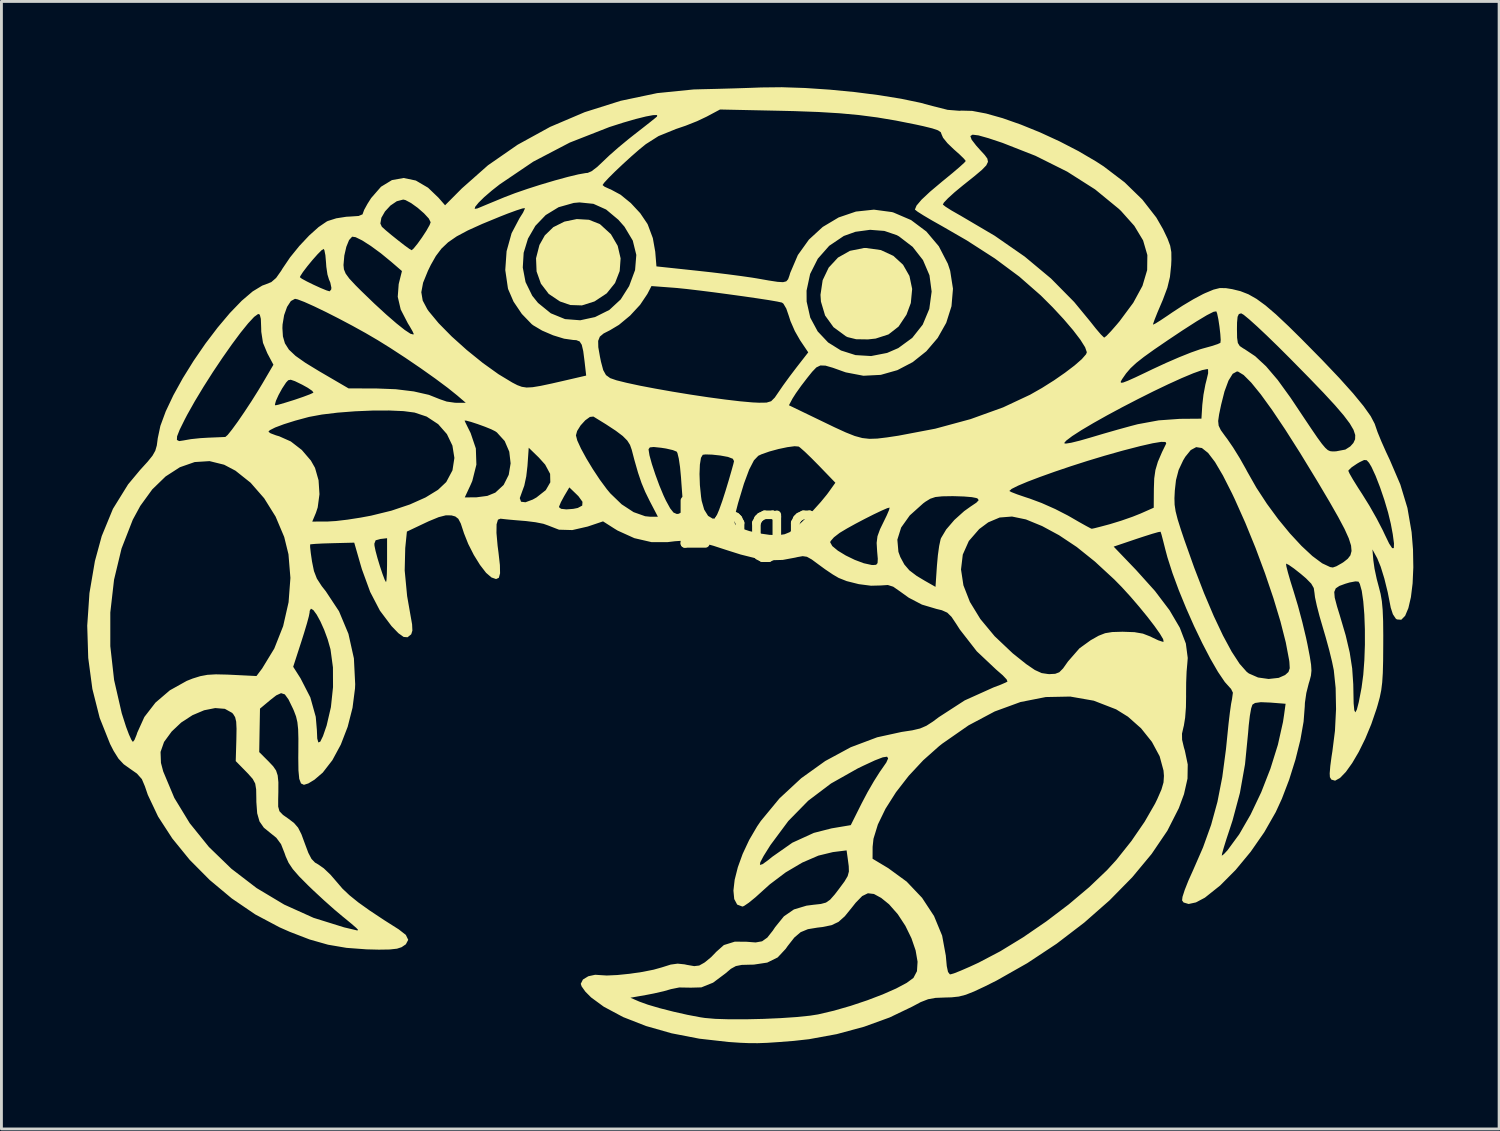
<source format=kicad_pcb>
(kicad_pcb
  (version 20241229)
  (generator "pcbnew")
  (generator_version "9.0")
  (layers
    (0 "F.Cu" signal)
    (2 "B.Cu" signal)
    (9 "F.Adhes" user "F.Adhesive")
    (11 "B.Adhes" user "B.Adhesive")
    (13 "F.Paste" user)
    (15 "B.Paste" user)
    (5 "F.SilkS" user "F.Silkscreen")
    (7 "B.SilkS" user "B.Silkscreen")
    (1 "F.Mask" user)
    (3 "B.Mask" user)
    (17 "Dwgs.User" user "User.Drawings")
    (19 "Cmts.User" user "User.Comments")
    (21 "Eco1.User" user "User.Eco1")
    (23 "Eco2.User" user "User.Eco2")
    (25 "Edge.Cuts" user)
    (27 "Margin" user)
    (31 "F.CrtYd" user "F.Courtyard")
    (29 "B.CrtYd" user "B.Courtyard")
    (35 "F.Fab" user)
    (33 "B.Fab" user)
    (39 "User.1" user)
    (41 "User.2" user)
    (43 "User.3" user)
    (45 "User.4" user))
  (footprint "Logo"
    (layer "F.Cu")
    (at 23.185 15.273)
    (property "Reference" "Logo" (at 0 0 0) (layer "F.SilkS") (effects (font (size 1.5 1.5) (thickness 0.3))))
    (attr board_only exclude_from_pos_files exclude_from_bom)
    (fp_poly (pts (xy -5.64 -10.638) (xy -5.267 -10.49) (xy -5.248 -10.477) (xy -4.873 -10.134) (xy -4.636 -9.727) (xy -4.534 -9.288) (xy -4.566 -8.845) (xy -4.728 -8.428) (xy -5.019 -8.066) (xy -5.437 -7.789) (xy -5.457 -7.779) (xy -5.886 -7.644) (xy -6.292 -7.657) (xy -6.653 -7.781) (xy -7.045 -8.043) (xy -7.321 -8.404) (xy -7.472 -8.83) (xy -7.491 -9.292) (xy -7.372 -9.757) (xy -7.184 -10.092) (xy -6.886 -10.381) (xy -6.498 -10.574) (xy -6.066 -10.663)) (stroke (width 0) (type solid)) (fill yes) (layer "F.SilkS"))
    (fp_poly (pts (xy 4.566 -9.579) (xy 5.004 -9.376) (xy 5.342 -9.066) (xy 5.566 -8.673) (xy 5.661 -8.219) (xy 5.614 -7.727) (xy 5.462 -7.319) (xy 5.185 -6.903) (xy 4.833 -6.629) (xy 4.384 -6.484) (xy 4.117 -6.455) (xy 3.702 -6.461) (xy 3.402 -6.535) (xy 3.345 -6.563) (xy 2.91 -6.883) (xy 2.616 -7.291) (xy 2.471 -7.777) (xy 2.455 -8.013) (xy 2.531 -8.524) (xy 2.742 -8.966) (xy 3.067 -9.316) (xy 3.484 -9.552) (xy 3.971 -9.65) (xy 4.042 -9.652)) (stroke (width 0) (type solid)) (fill yes) (layer "F.SilkS"))
    (fp_poly (pts (xy 1.92 -15.246) (xy 2.781 -15.188) (xy 3.653 -15.104) (xy 4.497 -14.996) (xy 5.276 -14.87) (xy 5.952 -14.729) (xy 6.368 -14.616) (xy 6.901 -14.482) (xy 7.314 -14.449) (xy 7.389 -14.455) (xy 7.761 -14.445) (xy 8.248 -14.353) (xy 8.824 -14.191) (xy 9.461 -13.967) (xy 10.133 -13.694) (xy 10.813 -13.381) (xy 11.475 -13.039) (xy 12.09 -12.678) (xy 12.357 -12.505) (xy 13.089 -11.948) (xy 13.71 -11.344) (xy 14.198 -10.717) (xy 14.433 -10.309) (xy 14.591 -9.978) (xy 14.683 -9.732) (xy 14.723 -9.507) (xy 14.726 -9.24) (xy 14.717 -9.045) (xy 14.675 -8.64) (xy 14.584 -8.261) (xy 14.424 -7.833) (xy 14.371 -7.709) (xy 14.237 -7.395) (xy 14.138 -7.146) (xy 14.086 -6.997) (xy 14.083 -6.971) (xy 14.158 -7.005) (xy 14.339 -7.117) (xy 14.595 -7.288) (xy 14.754 -7.397) (xy 15.115 -7.633) (xy 15.497 -7.861) (xy 15.831 -8.039) (xy 15.902 -8.072) (xy 16.196 -8.195) (xy 16.414 -8.25) (xy 16.629 -8.248) (xy 16.853 -8.212) (xy 17.142 -8.141) (xy 17.418 -8.033) (xy 17.702 -7.872) (xy 18.016 -7.643) (xy 18.381 -7.331) (xy 18.818 -6.92) (xy 19.258 -6.486) (xy 19.989 -5.745) (xy 20.595 -5.107) (xy 21.078 -4.569) (xy 21.443 -4.125) (xy 21.694 -3.772) (xy 21.835 -3.503) (xy 21.856 -3.441) (xy 21.933 -3.217) (xy 22.066 -2.892) (xy 22.234 -2.514) (xy 22.361 -2.244) (xy 22.73 -1.383) (xy 22.979 -0.561) (xy 23.125 0.285) (xy 23.174 0.889) (xy 23.185 1.515) (xy 23.16 2.077) (xy 23.101 2.558) (xy 23.012 2.941) (xy 22.899 3.21) (xy 22.764 3.348) (xy 22.613 3.337) (xy 22.571 3.308) (xy 22.47 3.155) (xy 22.395 2.924) (xy 22.389 2.891) (xy 22.29 2.386) (xy 22.171 1.904) (xy 22.044 1.493) (xy 21.924 1.2) (xy 21.916 1.185) (xy 21.755 0.889) (xy 21.787 1.27) (xy 21.828 1.56) (xy 21.905 1.922) (xy 21.979 2.201) (xy 22.041 2.443) (xy 22.085 2.699) (xy 22.113 3.003) (xy 22.129 3.391) (xy 22.134 3.894) (xy 22.133 4.233) (xy 22.129 4.788) (xy 22.118 5.211) (xy 22.097 5.54) (xy 22.063 5.812) (xy 22.011 6.065) (xy 21.937 6.335) (xy 21.9 6.459) (xy 21.715 7) (xy 21.504 7.508) (xy 21.278 7.967) (xy 21.048 8.359) (xy 20.826 8.669) (xy 20.622 8.88) (xy 20.45 8.975) (xy 20.319 8.937) (xy 20.268 8.852) (xy 20.261 8.719) (xy 20.282 8.463) (xy 20.326 8.13) (xy 20.355 7.948) (xy 20.445 7.232) (xy 20.483 6.472) (xy 20.469 5.736) (xy 20.404 5.111) (xy 20.343 4.814) (xy 20.245 4.413) (xy 20.123 3.967) (xy 20.024 3.63) (xy 19.906 3.225) (xy 19.81 2.854) (xy 19.747 2.562) (xy 19.728 2.402) (xy 19.724 2.377) (xy 20.42 2.377) (xy 20.437 2.576) (xy 20.517 2.881) (xy 20.613 3.192) (xy 20.82 3.894) (xy 20.961 4.495) (xy 21.047 5.048) (xy 21.085 5.604) (xy 21.09 5.865) (xy 21.098 6.272) (xy 21.121 6.513) (xy 21.158 6.586) (xy 21.21 6.491) (xy 21.278 6.229) (xy 21.361 5.798) (xy 21.376 5.716) (xy 21.435 5.272) (xy 21.473 4.763) (xy 21.492 4.222) (xy 21.491 3.678) (xy 21.472 3.162) (xy 21.435 2.705) (xy 21.382 2.337) (xy 21.313 2.091) (xy 21.268 2.015) (xy 21.16 2.006) (xy 20.951 2.046) (xy 20.807 2.089) (xy 20.6 2.165) (xy 20.473 2.25) (xy 20.42 2.377) (xy 19.724 2.377) (xy 19.704 2.239) (xy 19.615 2.085) (xy 19.432 1.899) (xy 19.25 1.744) (xy 19.014 1.558) (xy 18.832 1.431) (xy 18.739 1.386) (xy 18.735 1.388) (xy 18.745 1.478) (xy 18.8 1.695) (xy 18.89 2.007) (xy 19.001 2.362) (xy 19.152 2.864) (xy 19.304 3.432) (xy 19.434 3.977) (xy 19.486 4.222) (xy 19.565 4.632) (xy 19.61 4.919) (xy 19.623 5.128) (xy 19.605 5.3) (xy 19.558 5.48) (xy 19.529 5.573) (xy 19.444 5.908) (xy 19.394 6.254) (xy 19.389 6.378) (xy 19.348 6.911) (xy 19.236 7.546) (xy 19.064 8.237) (xy 18.844 8.939) (xy 18.589 9.607) (xy 18.374 10.075) (xy 17.974 10.776) (xy 17.497 11.462) (xy 16.972 12.096) (xy 16.43 12.641) (xy 15.902 13.062) (xy 15.884 13.073) (xy 15.583 13.232) (xy 15.328 13.287) (xy 15.151 13.234) (xy 15.099 13.161) (xy 15.114 13.036) (xy 15.192 12.794) (xy 15.32 12.471) (xy 15.476 12.124) (xy 15.705 11.599) (xy 16.487 11.599) (xy 16.488 11.599) (xy 16.563 11.542) (xy 16.687 11.409) (xy 17.099 10.847) (xy 17.497 10.157) (xy 17.867 9.379) (xy 18.189 8.554) (xy 18.449 7.721) (xy 18.628 6.923) (xy 18.665 6.678) (xy 18.719 6.286) (xy 18.186 6.244) (xy 17.852 6.23) (xy 17.651 6.258) (xy 17.559 6.317) (xy 17.515 6.447) (xy 17.469 6.705) (xy 17.429 7.047) (xy 17.408 7.302) (xy 17.3 8.401) (xy 17.122 9.402) (xy 16.864 10.365) (xy 16.772 10.647) (xy 16.65 11.016) (xy 16.556 11.318) (xy 16.499 11.523) (xy 16.487 11.599) (xy 15.705 11.599) (xy 15.832 11.308) (xy 16.115 10.52) (xy 16.336 9.714) (xy 16.505 8.847) (xy 16.634 7.875) (xy 16.681 7.408) (xy 16.724 6.983) (xy 16.77 6.595) (xy 16.813 6.289) (xy 16.846 6.121) (xy 16.876 5.898) (xy 16.809 5.761) (xy 16.791 5.745) (xy 16.594 5.525) (xy 16.355 5.172) (xy 16.088 4.71) (xy 15.806 4.168) (xy 15.519 3.571) (xy 15.242 2.945) (xy 14.985 2.318) (xy 14.763 1.716) (xy 14.587 1.166) (xy 14.513 0.889) (xy 14.439 0.596) (xy 14.381 0.375) (xy 14.348 0.272) (xy 14.347 0.27) (xy 14.263 0.284) (xy 14.055 0.343) (xy 13.756 0.438) (xy 13.516 0.517) (xy 12.707 0.791) (xy 13.489 1.606) (xy 14.151 2.342) (xy 14.66 3.014) (xy 15.019 3.625) (xy 15.231 4.18) (xy 15.297 4.684) (xy 15.283 4.868) (xy 15.257 5.16) (xy 15.242 5.545) (xy 15.239 5.95) (xy 15.24 6.022) (xy 15.234 6.407) (xy 15.206 6.774) (xy 15.161 7.053) (xy 15.149 7.098) (xy 15.096 7.332) (xy 15.1 7.546) (xy 15.164 7.818) (xy 15.196 7.923) (xy 15.297 8.408) (xy 15.289 8.903) (xy 15.166 9.447) (xy 14.985 9.937) (xy 14.584 10.726) (xy 14.035 11.536) (xy 13.356 12.353) (xy 12.564 13.159) (xy 11.677 13.939) (xy 10.712 14.677) (xy 9.686 15.356) (xy 8.617 15.962) (xy 8.214 16.164) (xy 7.828 16.345) (xy 7.538 16.46) (xy 7.293 16.524) (xy 7.039 16.551) (xy 6.817 16.557) (xy 6.479 16.57) (xy 6.219 16.617) (xy 5.96 16.718) (xy 5.659 16.878) (xy 4.876 17.254) (xy 3.98 17.579) (xy 3.022 17.838) (xy 2.055 18.015) (xy 1.524 18.074) (xy 0.998 18.115) (xy 0.594 18.142) (xy 0.266 18.154) (xy -0.033 18.153) (xy -0.35 18.14) (xy -0.73 18.114) (xy -0.762 18.112) (xy -1.78 17.997) (xy -2.75 17.809) (xy -3.646 17.554) (xy -4.446 17.241) (xy -5.124 16.878) (xy -5.551 16.565) (xy -4.191 16.565) (xy -3.88 16.7) (xy -3.581 16.808) (xy -3.167 16.93) (xy -2.688 17.052) (xy -2.196 17.163) (xy -1.743 17.249) (xy -1.59 17.272) (xy -1.224 17.304) (xy -0.732 17.319) (xy -0.158 17.319) (xy 0.454 17.305) (xy 1.062 17.278) (xy 1.622 17.24) (xy 2.092 17.192) (xy 2.371 17.148) (xy 2.929 17.017) (xy 3.514 16.848) (xy 4.091 16.655) (xy 4.631 16.449) (xy 5.101 16.242) (xy 5.469 16.046) (xy 5.704 15.874) (xy 5.705 15.873) (xy 5.829 15.637) (xy 5.85 15.306) (xy 5.782 14.911) (xy 5.635 14.483) (xy 5.424 14.051) (xy 5.159 13.646) (xy 4.853 13.298) (xy 4.578 13.075) (xy 4.324 12.937) (xy 4.114 12.912) (xy 3.913 13.01) (xy 3.686 13.243) (xy 3.558 13.405) (xy 3.306 13.716) (xy 3.085 13.913) (xy 2.841 14.028) (xy 2.521 14.093) (xy 2.349 14.113) (xy 2.015 14.168) (xy 1.761 14.273) (xy 1.54 14.461) (xy 1.304 14.762) (xy 1.24 14.854) (xy 0.958 15.156) (xy 0.594 15.336) (xy 0.123 15.407) (xy 0.01 15.409) (xy -0.298 15.417) (xy -0.504 15.458) (xy -0.677 15.553) (xy -0.867 15.714) (xy -1.3 16.038) (xy -1.71 16.203) (xy -2.113 16.214) (xy -2.126 16.212) (xy -2.483 16.206) (xy -2.771 16.264) (xy -3.03 16.338) (xy -3.372 16.416) (xy -3.641 16.468) (xy -4.191 16.565) (xy -5.551 16.565) (xy -5.567 16.553) (xy -5.766 16.353) (xy -5.897 16.169) (xy -5.927 16.078) (xy -5.852 15.929) (xy -5.664 15.814) (xy -5.422 15.762) (xy -5.275 15.772) (xy -5.017 15.788) (xy -4.647 15.771) (xy -4.216 15.727) (xy -3.776 15.663) (xy -3.379 15.584) (xy -3.1 15.506) (xy -2.782 15.406) (xy -2.54 15.373) (xy -2.297 15.398) (xy -2.216 15.416) (xy -1.96 15.46) (xy -1.785 15.439) (xy -1.61 15.341) (xy -1.571 15.313) (xy -1.367 15.144) (xy -1.212 14.984) (xy -1.201 14.97) (xy -0.923 14.723) (xy -0.54 14.604) (xy -0.129 14.608) (xy 0.187 14.632) (xy 0.412 14.592) (xy 0.596 14.462) (xy 0.789 14.217) (xy 0.87 14.096) (xy 1.176 13.719) (xy 1.526 13.478) (xy 1.965 13.346) (xy 2.205 13.315) (xy 2.469 13.286) (xy 2.647 13.238) (xy 2.791 13.138) (xy 2.951 12.957) (xy 3.1 12.763) (xy 3.296 12.498) (xy 3.406 12.312) (xy 3.449 12.151) (xy 3.443 11.964) (xy 3.426 11.835) (xy 3.409 11.705) (xy 4.276 11.705) (xy 4.826 12.035) (xy 5.468 12.504) (xy 6.007 13.071) (xy 6.426 13.709) (xy 6.709 14.394) (xy 6.839 15.101) (xy 6.839 15.113) (xy 6.871 15.46) (xy 6.914 15.662) (xy 6.976 15.744) (xy 7 15.748) (xy 7.122 15.713) (xy 7.359 15.619) (xy 7.676 15.481) (xy 7.984 15.339) (xy 8.741 14.941) (xy 9.543 14.451) (xy 10.353 13.895) (xy 11.136 13.301) (xy 11.855 12.695) (xy 12.474 12.104) (xy 12.8 11.748) (xy 13.326 11.087) (xy 13.788 10.414) (xy 14.155 9.777) (xy 14.235 9.612) (xy 14.378 9.284) (xy 14.45 9.037) (xy 14.465 8.807) (xy 14.45 8.621) (xy 14.315 8.122) (xy 14.044 7.618) (xy 13.666 7.145) (xy 13.207 6.738) (xy 12.793 6.481) (xy 12.011 6.178) (xy 11.188 6.034) (xy 10.332 6.051) (xy 9.449 6.225) (xy 8.547 6.555) (xy 7.634 7.04) (xy 6.717 7.678) (xy 6.603 7.768) (xy 6.048 8.261) (xy 5.539 8.807) (xy 5.094 9.381) (xy 4.729 9.956) (xy 4.462 10.506) (xy 4.308 11.007) (xy 4.278 11.29) (xy 4.276 11.705) (xy 3.409 11.705) (xy 3.368 11.413) (xy 2.891 11.472) (xy 2.381 11.596) (xy 1.817 11.84) (xy 1.238 12.182) (xy 0.684 12.6) (xy 0.456 12.805) (xy 0.185 13.05) (xy -0.051 13.243) (xy -0.22 13.357) (xy -0.275 13.377) (xy -0.458 13.308) (xy -0.561 13.114) (xy -0.589 12.818) (xy -0.546 12.441) (xy -0.436 12.006) (xy -0.406 11.922) (xy 0.338 11.922) (xy 0.431 11.894) (xy 0.629 11.751) (xy 0.763 11.641) (xy 1.472 11.144) (xy 2.223 10.801) (xy 2.841 10.643) (xy 3.514 10.53) (xy 3.895 9.768) (xy 4.1 9.379) (xy 4.324 8.992) (xy 4.529 8.668) (xy 4.6 8.567) (xy 4.757 8.34) (xy 4.821 8.196) (xy 4.783 8.136) (xy 4.632 8.159) (xy 4.357 8.265) (xy 3.95 8.454) (xy 3.752 8.55) (xy 2.823 9.074) (xy 2.025 9.677) (xy 1.33 10.386) (xy 0.707 11.225) (xy 0.684 11.261) (xy 0.465 11.611) (xy 0.35 11.829) (xy 0.338 11.922) (xy -0.406 11.922) (xy -0.266 11.535) (xy -0.039 11.05) (xy 0.24 10.573) (xy 0.369 10.384) (xy 1.021 9.595) (xy 1.781 8.89) (xy 2.621 8.288) (xy 3.515 7.805) (xy 4.438 7.458) (xy 5.292 7.271) (xy 5.669 7.214) (xy 5.938 7.15) (xy 6.157 7.056) (xy 6.386 6.909) (xy 6.593 6.754) (xy 7.498 6.168) (xy 8.497 5.718) (xy 8.509 5.713) (xy 8.759 5.618) (xy 8.94 5.539) (xy 8.994 5.508) (xy 8.964 5.434) (xy 8.828 5.29) (xy 8.614 5.104) (xy 8.6 5.092) (xy 7.921 4.452) (xy 7.328 3.69) (xy 7.204 3.496) (xy 7.036 3.245) (xy 6.887 3.099) (xy 6.699 3.015) (xy 6.512 2.97) (xy 6.002 2.818) (xy 5.543 2.578) (xy 5.224 2.349) (xy 4.998 2.192) (xy 4.81 2.133) (xy 4.581 2.148) (xy 4.573 2.149) (xy 4.22 2.158) (xy 3.794 2.103) (xy 3.372 1.997) (xy 3.09 1.885) (xy 2.886 1.765) (xy 2.616 1.583) (xy 2.392 1.419) (xy 2.148 1.239) (xy 1.981 1.146) (xy 1.834 1.124) (xy 1.651 1.156) (xy 1.571 1.175) (xy 1.134 1.256) (xy 0.698 1.268) (xy 0.222 1.207) (xy -0.333 1.068) (xy -0.792 0.923) (xy -1.293 0.76) (xy -1.683 0.653) (xy -1.753 0.64) (xy 2.794 0.64) (xy 2.868 0.772) (xy 3.063 0.933) (xy 3.339 1.101) (xy 3.654 1.254) (xy 3.968 1.372) (xy 4.241 1.432) (xy 4.296 1.435) (xy 4.401 1.426) (xy 4.451 1.367) (xy 4.459 1.217) (xy 4.436 0.953) (xy 4.419 0.66) (xy 4.433 0.548) (xy 5.143 0.548) (xy 5.18 0.973) (xy 5.246 1.154) (xy 5.387 1.415) (xy 5.563 1.621) (xy 5.819 1.815) (xy 6.096 1.981) (xy 6.477 2.198) (xy 6.518 1.589) (xy 7.369 1.589) (xy 7.453 2.144) (xy 7.68 2.725) (xy 8.045 3.322) (xy 8.545 3.924) (xy 9.178 4.523) (xy 9.652 4.901) (xy 9.951 5.105) (xy 10.189 5.213) (xy 10.423 5.248) (xy 10.466 5.249) (xy 10.664 5.238) (xy 10.805 5.184) (xy 10.937 5.051) (xy 11.108 4.809) (xy 11.111 4.805) (xy 11.51 4.348) (xy 11.903 4.064) (xy 12.181 3.907) (xy 12.409 3.818) (xy 12.656 3.778) (xy 12.994 3.768) (xy 13.035 3.768) (xy 13.433 3.782) (xy 13.729 3.833) (xy 13.989 3.934) (xy 14.044 3.962) (xy 14.264 4.066) (xy 14.418 4.117) (xy 14.455 4.115) (xy 14.435 4.023) (xy 14.32 3.83) (xy 14.129 3.56) (xy 13.882 3.239) (xy 13.597 2.891) (xy 13.294 2.538) (xy 12.992 2.207) (xy 12.729 1.939) (xy 12.048 1.311) (xy 11.416 0.804) (xy 10.797 0.392) (xy 10.207 0.073) (xy 9.639 -0.16) (xy 9.152 -0.261) (xy 8.721 -0.227) (xy 8.321 -0.058) (xy 8.005 0.177) (xy 7.642 0.595) (xy 7.431 1.069) (xy 7.369 1.589) (xy 6.518 1.589) (xy 6.527 1.459) (xy 6.56 1.093) (xy 6.605 0.768) (xy 6.654 0.54) (xy 6.669 0.496) (xy 6.851 0.191) (xy 7.137 -0.142) (xy 7.478 -0.449) (xy 7.696 -0.605) (xy 7.906 -0.746) (xy 7.986 -0.831) (xy 7.956 -0.885) (xy 7.908 -0.908) (xy 7.75 -0.939) (xy 7.475 -0.962) (xy 7.139 -0.973) (xy 7.063 -0.974) (xy 6.71 -0.968) (xy 6.472 -0.943) (xy 6.295 -0.884) (xy 6.124 -0.779) (xy 6.047 -0.722) (xy 5.577 -0.3) (xy 5.276 0.123) (xy 5.143 0.548) (xy 4.433 0.548) (xy 4.448 0.428) (xy 4.538 0.181) (xy 4.645 -0.039) (xy 4.771 -0.298) (xy 4.853 -0.49) (xy 4.873 -0.574) (xy 4.788 -0.553) (xy 4.59 -0.467) (xy 4.315 -0.336) (xy 3.998 -0.176) (xy 3.675 -0.006) (xy 3.381 0.157) (xy 3.152 0.294) (xy 3.119 0.315) (xy 2.924 0.466) (xy 2.808 0.599) (xy 2.794 0.64) (xy -1.753 0.64) (xy -2.006 0.595) (xy -2.31 0.581) (xy -2.64 0.603) (xy -2.885 0.633) (xy -3.453 0.634) (xy -4.053 0.495) (xy -4.638 0.23) (xy -4.754 0.159) (xy -5.148 -0.092) (xy -5.685 0.089) (xy -6.222 0.212) (xy -6.689 0.199) (xy -7.07 0.051) (xy -7.232 -0.007) (xy -7.51 -0.062) (xy -7.849 -0.104) (xy -7.927 -0.11) (xy -8.263 -0.138) (xy -8.419 -0.152) (xy -0.556 -0.152) (xy -0.544 -0.025) (xy -0.495 0.05) (xy -0.32 0.151) (xy -0.032 0.247) (xy 0.317 0.328) (xy 0.671 0.379) (xy 0.975 0.39) (xy 1.004 0.388) (xy 1.201 0.358) (xy 1.373 0.288) (xy 1.562 0.153) (xy 1.808 -0.074) (xy 1.911 -0.176) (xy 2.195 -0.47) (xy 2.467 -0.772) (xy 2.677 -1.028) (xy 2.713 -1.076) (xy 2.77 -1.155) (xy 9.059 -1.155) (xy 9.134 -1.114) (xy 9.334 -1.036) (xy 9.624 -0.937) (xy 9.772 -0.889) (xy 10.19 -0.733) (xy 10.663 -0.523) (xy 11.1 -0.299) (xy 11.19 -0.248) (xy 11.496 -0.071) (xy 11.746 0.069) (xy 11.903 0.152) (xy 11.94 0.167) (xy 12.037 0.147) (xy 12.253 0.092) (xy 12.545 0.014) (xy 12.591 0.001) (xy 12.975 -0.117) (xy 13.37 -0.255) (xy 13.653 -0.368) (xy 14.108 -0.57) (xy 14.11 -0.903) (xy 14.832 -0.903) (xy 14.838 -0.675) (xy 14.873 -0.443) (xy 14.944 -0.164) (xy 15.059 0.202) (xy 15.176 0.55) (xy 15.524 1.529) (xy 15.869 2.423) (xy 16.206 3.217) (xy 16.53 3.902) (xy 16.833 4.463) (xy 17.111 4.889) (xy 17.356 5.166) (xy 17.433 5.226) (xy 17.755 5.367) (xy 18.125 5.419) (xy 18.478 5.38) (xy 18.701 5.281) (xy 18.819 5.175) (xy 18.864 5.043) (xy 18.851 4.822) (xy 18.841 4.752) (xy 18.725 4.138) (xy 18.539 3.408) (xy 18.293 2.593) (xy 17.999 1.725) (xy 17.668 0.836) (xy 17.31 -0.042) (xy 16.937 -0.877) (xy 16.844 -1.073) (xy 16.527 -1.698) (xy 16.251 -2.167) (xy 16.009 -2.485) (xy 15.792 -2.657) (xy 15.592 -2.688) (xy 15.402 -2.585) (xy 15.213 -2.352) (xy 15.137 -2.226) (xy 14.978 -1.888) (xy 14.886 -1.535) (xy 14.845 -1.168) (xy 14.832 -0.903) (xy 14.11 -0.903) (xy 14.113 -1.237) (xy 14.125 -1.592) (xy 14.167 -1.887) (xy 14.253 -2.177) (xy 14.4 -2.519) (xy 14.545 -2.815) (xy 14.521 -2.868) (xy 14.367 -2.872) (xy 14.074 -2.824) (xy 13.638 -2.725) (xy 13.049 -2.573) (xy 12.951 -2.546) (xy 12.375 -2.383) (xy 11.783 -2.204) (xy 11.197 -2.016) (xy 10.639 -1.827) (xy 10.133 -1.646) (xy 9.699 -1.481) (xy 9.361 -1.339) (xy 9.14 -1.228) (xy 9.059 -1.156) (xy 9.059 -1.155) (xy 2.77 -1.155) (xy 2.976 -1.443) (xy 2.398 -2.042) (xy 2.137 -2.306) (xy 1.909 -2.526) (xy 1.745 -2.67) (xy 1.693 -2.708) (xy 1.55 -2.72) (xy 1.298 -2.687) (xy 0.988 -2.622) (xy 0.671 -2.536) (xy 0.397 -2.44) (xy 0.281 -2.386) (xy 0.128 -2.226) (xy -0.039 -1.902) (xy -0.221 -1.412) (xy -0.419 -0.756) (xy -0.436 -0.695) (xy -0.521 -0.363) (xy -0.556 -0.152) (xy -8.419 -0.152) (xy -8.54 -0.164) (xy -8.709 -0.183) (xy -8.729 -0.187) (xy -8.823 -0.152) (xy -8.871 0.011) (xy -8.875 0.312) (xy -8.835 0.762) (xy -8.804 1) (xy -8.755 1.436) (xy -8.749 1.724) (xy -8.792 1.881) (xy -8.889 1.925) (xy -9.044 1.871) (xy -9.056 1.864) (xy -9.238 1.707) (xy -9.45 1.432) (xy -9.667 1.082) (xy -9.862 0.698) (xy -10.011 0.324) (xy -10.028 0.27) (xy -10.123 -0.018) (xy -10.209 -0.182) (xy -10.315 -0.264) (xy -10.449 -0.301) (xy -10.644 -0.304) (xy -10.895 -0.24) (xy -11.239 -0.098) (xy -11.359 -0.042) (xy -12.007 0.265) (xy -12.065 0.843) (xy -12.084 1.625) (xy -11.999 2.519) (xy -11.886 3.165) (xy -11.825 3.509) (xy -11.815 3.727) (xy -11.854 3.852) (xy -11.863 3.863) (xy -11.984 3.96) (xy -12.122 3.949) (xy -12.303 3.819) (xy -12.544 3.57) (xy -12.95 3.03) (xy -13.291 2.375) (xy -13.58 1.583) (xy -13.63 1.413) (xy -13.838 0.688) (xy -13.145 0.688) (xy -13.14 0.762) (xy -13.103 0.941) (xy -13.035 1.195) (xy -12.949 1.478) (xy -12.861 1.743) (xy -12.786 1.943) (xy -12.738 2.031) (xy -12.735 2.032) (xy -12.72 1.954) (xy -12.708 1.744) (xy -12.701 1.439) (xy -12.7 1.264) (xy -12.7 0.497) (xy -12.933 0.524) (xy -13.1 0.57) (xy -13.145 0.688) (xy -13.838 0.688) (xy -13.849 0.652) (xy -14.606 0.671) (xy -14.945 0.681) (xy -15.212 0.695) (xy -15.367 0.709) (xy -15.39 0.715) (xy -15.391 0.805) (xy -15.368 1.016) (xy -15.326 1.303) (xy -15.326 1.306) (xy -15.257 1.645) (xy -15.155 1.909) (xy -14.985 2.172) (xy -14.843 2.352) (xy -14.381 3.051) (xy -14.051 3.841) (xy -13.86 4.699) (xy -13.815 5.602) (xy -13.821 5.748) (xy -13.908 6.426) (xy -14.078 7.092) (xy -14.318 7.714) (xy -14.613 8.259) (xy -14.949 8.693) (xy -15.24 8.942) (xy -15.454 9.072) (xy -15.608 9.12) (xy -15.71 9.072) (xy -15.771 8.91) (xy -15.799 8.617) (xy -15.805 8.179) (xy -15.803 7.974) (xy -15.801 7.512) (xy -15.81 7.177) (xy -15.836 6.93) (xy -15.883 6.729) (xy -15.957 6.533) (xy -15.99 6.458) (xy -16.147 6.135) (xy -16.275 5.958) (xy -16.407 5.915) (xy -16.575 5.992) (xy -16.774 6.147) (xy -17.144 6.456) (xy -17.158 7.215) (xy -17.171 7.975) (xy -16.841 8.305) (xy -16.684 8.471) (xy -16.582 8.619) (xy -16.525 8.792) (xy -16.501 9.03) (xy -16.502 9.374) (xy -16.508 9.621) (xy -16.508 9.882) (xy -16.464 10.043) (xy -16.34 10.172) (xy -16.156 10.301) (xy -15.955 10.453) (xy -15.812 10.618) (xy -15.695 10.849) (xy -15.579 11.164) (xy -15.454 11.498) (xy -15.344 11.709) (xy -15.221 11.838) (xy -15.1 11.909) (xy -14.913 12.04) (xy -14.68 12.262) (xy -14.457 12.52) (xy -14.261 12.749) (xy -14.017 12.98) (xy -13.705 13.232) (xy -13.303 13.519) (xy -12.791 13.858) (xy -12.293 14.174) (xy -12.044 14.368) (xy -11.961 14.54) (xy -12.043 14.696) (xy -12.193 14.798) (xy -12.353 14.85) (xy -12.609 14.878) (xy -12.986 14.884) (xy -13.42 14.873) (xy -14.119 14.821) (xy -14.764 14.711) (xy -15.408 14.528) (xy -16.106 14.259) (xy -16.464 14.101) (xy -17.311 13.651) (xy -18.13 13.093) (xy -18.901 12.449) (xy -19.602 11.743) (xy -20.21 10.996) (xy -20.706 10.232) (xy -21.066 9.472) (xy -21.169 9.17) (xy -21.275 8.92) (xy -21.448 8.726) (xy -21.677 8.566) (xy -21.91 8.4) (xy -22.091 8.206) (xy -22.239 7.97) (xy -20.621 7.97) (xy -20.607 8.353) (xy -20.528 8.652) (xy -20.14 9.577) (xy -19.601 10.462) (xy -18.93 11.293) (xy -18.144 12.054) (xy -17.261 12.731) (xy -16.297 13.308) (xy -15.271 13.771) (xy -14.2 14.105) (xy -14.097 14.129) (xy -13.881 14.18) (xy -13.751 14.211) (xy -13.737 14.215) (xy -13.716 14.189) (xy -13.777 14.124) (xy -13.94 13.982) (xy -14.173 13.79) (xy -14.245 13.732) (xy -14.54 13.484) (xy -14.898 13.166) (xy -15.263 12.828) (xy -15.455 12.644) (xy -15.777 12.32) (xy -15.997 12.067) (xy -16.144 11.847) (xy -16.245 11.623) (xy -16.282 11.515) (xy -16.408 11.195) (xy -16.572 10.973) (xy -16.768 10.815) (xy -17.009 10.619) (xy -17.161 10.4) (xy -17.242 10.116) (xy -17.271 9.721) (xy -17.272 9.586) (xy -17.278 9.279) (xy -17.311 9.076) (xy -17.398 8.914) (xy -17.562 8.729) (xy -17.632 8.657) (xy -17.992 8.29) (xy -17.97 7.532) (xy -17.964 7.158) (xy -17.976 6.913) (xy -18.013 6.755) (xy -18.081 6.645) (xy -18.118 6.604) (xy -18.372 6.463) (xy -18.709 6.436) (xy -19.097 6.513) (xy -19.504 6.685) (xy -19.898 6.941) (xy -20.232 7.256) (xy -20.499 7.621) (xy -20.621 7.97) (xy -22.239 7.97) (xy -22.261 7.935) (xy -22.385 7.693) (xy -22.749 6.78) (xy -23.005 5.767) (xy -23.15 4.682) (xy -23.185 3.555) (xy -23.153 3.094) (xy -22.378 3.094) (xy -22.378 4.273) (xy -22.245 5.456) (xy -21.978 6.618) (xy -21.827 7.091) (xy -21.726 7.359) (xy -21.64 7.549) (xy -21.588 7.62) (xy -21.531 7.547) (xy -21.457 7.366) (xy -21.436 7.298) (xy -21.187 6.748) (xy -20.798 6.245) (xy -20.295 5.815) (xy -19.706 5.486) (xy -19.497 5.403) (xy -19.233 5.321) (xy -18.981 5.274) (xy -18.685 5.257) (xy -18.292 5.266) (xy -18.137 5.273) (xy -17.267 5.316) (xy -17.067 5.05) (xy -17.032 4.992) (xy -15.983 4.992) (xy -15.726 5.396) (xy -15.384 6.062) (xy -15.194 6.742) (xy -15.155 7.2) (xy -15.142 7.502) (xy -15.103 7.639) (xy -15.036 7.611) (xy -14.941 7.417) (xy -14.817 7.057) (xy -14.813 7.045) (xy -14.664 6.404) (xy -14.59 5.704) (xy -14.593 5.013) (xy -14.676 4.398) (xy -14.682 4.368) (xy -14.779 4.028) (xy -14.9 3.699) (xy -15.032 3.405) (xy -15.162 3.168) (xy -15.276 3.012) (xy -15.362 2.96) (xy -15.406 3.037) (xy -15.409 3.093) (xy -15.434 3.223) (xy -15.502 3.475) (xy -15.602 3.809) (xy -15.696 4.107) (xy -15.983 4.992) (xy -17.032 4.992) (xy -16.644 4.355) (xy -16.334 3.571) (xy -16.144 2.735) (xy -16.08 1.885) (xy -16.148 1.058) (xy -16.297 0.453) (xy -16.598 -0.259) (xy -16.997 -0.899) (xy -17.472 -1.443) (xy -18.001 -1.864) (xy -18.398 -2.073) (xy -18.907 -2.199) (xy -19.428 -2.166) (xy -19.945 -1.985) (xy -20.444 -1.663) (xy -20.911 -1.21) (xy -21.329 -0.634) (xy -21.592 -0.15) (xy -21.985 0.857) (xy -22.247 1.947) (xy -22.378 3.094) (xy -23.153 3.094) (xy -23.107 2.416) (xy -22.916 1.296) (xy -22.678 0.423) (xy -22.286 -0.53) (xy -21.757 -1.384) (xy -21.335 -1.89) (xy -21.073 -2.178) (xy -20.904 -2.387) (xy -20.805 -2.562) (xy -20.752 -2.746) (xy -20.726 -2.94) (xy -20.049 -2.94) (xy -19.971 -2.899) (xy -19.81 -2.923) (xy -19.791 -2.927) (xy -19.557 -2.968) (xy -19.233 -3.002) (xy -18.965 -3.018) (xy -18.673 -3.03) (xy -18.452 -3.039) (xy -18.354 -3.044) (xy -18.274 -3.114) (xy -18.184 -3.226) (xy -16.849 -3.226) (xy -16.775 -3.172) (xy -16.587 -3.101) (xy -16.469 -3.066) (xy -16.067 -2.887) (xy -15.682 -2.589) (xy -15.365 -2.219) (xy -15.22 -1.964) (xy -15.096 -1.53) (xy -15.064 -1.042) (xy -15.126 -0.579) (xy -15.187 -0.393) (xy -15.316 -0.085) (xy -14.791 -0.086) (xy -14.491 -0.104) (xy -14.084 -0.152) (xy -13.628 -0.223) (xy -13.262 -0.291) (xy -12.549 -0.466) (xy -12.187 -0.588) (xy -6.689 -0.588) (xy -6.615 -0.531) (xy -6.43 -0.511) (xy -6.19 -0.529) (xy -6.032 -0.561) (xy -5.876 -0.644) (xy -5.867 -0.776) (xy -6.007 -0.97) (xy -6.085 -1.047) (xy -6.327 -1.28) (xy -6.508 -0.974) (xy -6.621 -0.765) (xy -6.684 -0.614) (xy -6.689 -0.588) (xy -12.187 -0.588) (xy -11.904 -0.683) (xy -11.407 -0.905) (xy -8.06 -0.905) (xy -8.016 -0.779) (xy -7.861 -0.76) (xy -7.608 -0.854) (xy -7.476 -0.928) (xy -7.151 -1.184) (xy -6.992 -1.458) (xy -6.999 -1.754) (xy -7.172 -2.077) (xy -7.393 -2.323) (xy -7.747 -2.667) (xy -7.791 -2.032) (xy -7.833 -1.666) (xy -7.902 -1.342) (xy -7.978 -1.133) (xy -8.06 -0.905) (xy -11.407 -0.905) (xy -11.352 -0.93) (xy -10.919 -1.195) (xy -10.63 -1.468) (xy -10.63 -1.469) (xy -10.413 -1.877) (xy -10.346 -2.31) (xy -10.415 -2.742) (xy -10.608 -3.144) (xy -10.913 -3.491) (xy -11.101 -3.615) (xy -9.99 -3.615) (xy -9.955 -3.537) (xy -9.865 -3.354) (xy -9.779 -3.182) (xy -9.596 -2.642) (xy -9.577 -2.076) (xy -9.72 -1.505) (xy -9.776 -1.376) (xy -9.983 -0.931) (xy -9.585 -0.932) (xy -9.194 -0.983) (xy -8.915 -1.097) (xy -8.624 -1.366) (xy -8.446 -1.72) (xy -8.38 -2.121) (xy -8.427 -2.528) (xy -8.587 -2.901) (xy -8.767 -3.099) (xy -6.096 -3.099) (xy -6.049 -2.919) (xy -5.92 -2.638) (xy -5.732 -2.293) (xy -5.505 -1.918) (xy -5.26 -1.548) (xy -5.017 -1.219) (xy -4.894 -1.071) (xy -4.497 -0.688) (xy -4.08 -0.415) (xy -3.676 -0.272) (xy -3.499 -0.254) (xy -3.23 -0.254) (xy -3.519 -0.808) (xy -3.673 -1.122) (xy -3.803 -1.435) (xy -3.924 -1.792) (xy -4.052 -2.239) (xy -4.146 -2.599) (xy -3.556 -2.599) (xy -3.525 -2.403) (xy -3.441 -2.098) (xy -3.32 -1.732) (xy -3.18 -1.35) (xy -3.034 -0.999) (xy -2.95 -0.82) (xy -2.8 -0.546) (xy -2.684 -0.4) (xy -2.573 -0.352) (xy -2.515 -0.354) (xy -2.374 -0.419) (xy -2.345 -0.586) (xy -2.346 -0.593) (xy -2.359 -0.768) (xy -2.381 -1.062) (xy -2.408 -1.427) (xy -2.422 -1.63) (xy -2.433 -1.748) (xy -1.775 -1.748) (xy -1.762 -1.361) (xy -1.721 -0.956) (xy -1.7 -0.811) (xy -1.611 -0.503) (xy -1.475 -0.284) (xy -1.315 -0.188) (xy -1.235 -0.195) (xy -1.179 -0.283) (xy -1.088 -0.499) (xy -0.976 -0.812) (xy -0.868 -1.149) (xy -0.753 -1.529) (xy -0.658 -1.858) (xy -0.592 -2.095) (xy -0.568 -2.199) (xy -0.61 -2.281) (xy -0.78 -2.346) (xy -1.047 -2.395) (xy -1.335 -2.426) (xy -1.564 -2.433) (xy -1.661 -2.421) (xy -1.724 -2.315) (xy -1.762 -2.078) (xy -1.775 -1.748) (xy -2.433 -1.748) (xy -2.456 -1.991) (xy -2.5 -2.289) (xy -2.547 -2.482) (xy -2.574 -2.531) (xy -2.706 -2.584) (xy -2.944 -2.639) (xy -3.111 -2.665) (xy -3.376 -2.693) (xy -3.511 -2.679) (xy -3.555 -2.618) (xy -3.556 -2.599) (xy -4.146 -2.599) (xy -4.147 -2.601) (xy -4.205 -2.766) (xy -4.243 -2.827) (xy 10.973 -2.827) (xy 11.032 -2.811) (xy 11.226 -2.842) (xy 11.529 -2.917) (xy 11.881 -3.018) (xy 12.352 -3.158) (xy 12.854 -3.302) (xy 13.313 -3.428) (xy 13.547 -3.489) (xy 14.166 -3.603) (xy 16.361 -3.603) (xy 16.378 -3.439) (xy 16.452 -3.284) (xy 16.595 -3.086) (xy 16.68 -2.973) (xy 16.883 -2.677) (xy 17.116 -2.301) (xy 17.334 -1.915) (xy 17.376 -1.835) (xy 17.697 -1.27) (xy 18.065 -0.707) (xy 18.462 -0.167) (xy 18.871 0.33) (xy 19.275 0.766) (xy 19.655 1.12) (xy 19.995 1.373) (xy 20.277 1.506) (xy 20.371 1.521) (xy 20.495 1.478) (xy 20.689 1.368) (xy 20.752 1.327) (xy 20.892 1.216) (xy 20.985 1.095) (xy 21.025 0.945) (xy 21.008 0.753) (xy 20.928 0.501) (xy 20.78 0.173) (xy 20.557 -0.247) (xy 20.256 -0.775) (xy 19.87 -1.427) (xy 19.799 -1.545) (xy 19.609 -1.857) (xy 20.913 -1.857) (xy 20.957 -1.759) (xy 21.075 -1.554) (xy 21.249 -1.274) (xy 21.401 -1.039) (xy 21.652 -0.635) (xy 21.904 -0.191) (xy 22.117 0.22) (xy 22.184 0.363) (xy 22.34 0.685) (xy 22.446 0.845) (xy 22.503 0.843) (xy 22.509 0.68) (xy 22.466 0.356) (xy 22.398 -0.008) (xy 22.302 -0.404) (xy 22.171 -0.845) (xy 22.02 -1.288) (xy 21.865 -1.687) (xy 21.722 -1.997) (xy 21.636 -2.141) (xy 21.555 -2.23) (xy 21.464 -2.238) (xy 21.306 -2.162) (xy 21.219 -2.111) (xy 21.029 -1.983) (xy 20.922 -1.88) (xy 20.913 -1.857) (xy 19.609 -1.857) (xy 19.224 -2.488) (xy 18.706 -3.303) (xy 18.247 -3.987) (xy 17.85 -4.535) (xy 17.517 -4.944) (xy 17.253 -5.209) (xy 17.059 -5.328) (xy 17.017 -5.334) (xy 16.869 -5.252) (xy 16.722 -5.014) (xy 16.582 -4.635) (xy 16.464 -4.168) (xy 16.393 -3.829) (xy 16.361 -3.603) (xy 14.166 -3.603) (xy 14.281 -3.624) (xy 15.021 -3.677) (xy 15.776 -3.683) (xy 15.806 -4.163) (xy 15.847 -4.52) (xy 15.915 -4.882) (xy 15.953 -5.03) (xy 16.01 -5.271) (xy 16.008 -5.403) (xy 15.987 -5.419) (xy 15.796 -5.38) (xy 15.488 -5.27) (xy 15.087 -5.102) (xy 14.614 -4.887) (xy 14.094 -4.638) (xy 13.55 -4.365) (xy 13.003 -4.082) (xy 12.477 -3.799) (xy 11.996 -3.529) (xy 11.581 -3.283) (xy 11.257 -3.074) (xy 11.045 -2.913) (xy 10.973 -2.827) (xy -4.243 -2.827) (xy -4.301 -2.918) (xy -4.459 -3.077) (xy -4.701 -3.26) (xy -5.048 -3.488) (xy -5.485 -3.757) (xy -5.607 -3.744) (xy -5.77 -3.626) (xy -5.933 -3.447) (xy -6.055 -3.251) (xy -6.096 -3.099) (xy -8.767 -3.099) (xy -8.859 -3.201) (xy -8.919 -3.243) (xy -9.059 -3.313) (xy -9.279 -3.402) (xy -9.53 -3.493) (xy -9.765 -3.57) (xy -9.934 -3.615) (xy -9.99 -3.615) (xy -11.101 -3.615) (xy -11.316 -3.756) (xy -11.739 -3.897) (xy -12.121 -3.947) (xy -12.625 -3.969) (xy -13.207 -3.967) (xy -13.823 -3.941) (xy -14.428 -3.894) (xy -14.977 -3.828) (xy -15.426 -3.745) (xy -15.461 -3.736) (xy -15.916 -3.613) (xy -16.309 -3.489) (xy -16.613 -3.375) (xy -16.801 -3.28) (xy -16.849 -3.226) (xy -18.184 -3.226) (xy -18.124 -3.301) (xy -17.923 -3.576) (xy -17.692 -3.913) (xy -17.519 -4.176) (xy -16.622 -4.176) (xy -16.607 -4.149) (xy -16.495 -4.173) (xy -16.269 -4.239) (xy -15.973 -4.331) (xy -15.929 -4.345) (xy -15.632 -4.447) (xy -15.401 -4.534) (xy -15.281 -4.589) (xy -15.275 -4.593) (xy -15.316 -4.655) (xy -15.473 -4.763) (xy -15.67 -4.872) (xy -15.922 -4.995) (xy -16.069 -5.045) (xy -16.157 -5.027) (xy -16.231 -4.948) (xy -16.236 -4.941) (xy -16.371 -4.736) (xy -16.495 -4.51) (xy -16.586 -4.308) (xy -16.622 -4.176) (xy -17.519 -4.176) (xy -17.448 -4.283) (xy -17.211 -4.66) (xy -17.059 -4.912) (xy -16.674 -5.569) (xy -16.888 -5.972) (xy -17.039 -6.335) (xy -17.099 -6.721) (xy -17.102 -6.849) (xy -16.36 -6.849) (xy -16.342 -6.559) (xy -16.272 -6.317) (xy -16.132 -6.097) (xy -15.9 -5.878) (xy -15.556 -5.636) (xy -15.081 -5.346) (xy -15.045 -5.325) (xy -14.045 -4.741) (xy -13.097 -4.74) (xy -12.397 -4.713) (xy -11.766 -4.636) (xy -11.238 -4.516) (xy -10.853 -4.363) (xy -10.614 -4.281) (xy -10.326 -4.24) (xy -10.287 -4.239) (xy -9.948 -4.238) (xy -10.245 -4.493) (xy -10.576 -4.759) (xy -11.014 -5.085) (xy -11.522 -5.445) (xy -12.061 -5.812) (xy -12.593 -6.159) (xy -13.024 -6.427) (xy -13.451 -6.677) (xy -13.916 -6.934) (xy -14.39 -7.185) (xy -14.845 -7.416) (xy -15.256 -7.614) (xy -15.593 -7.765) (xy -15.83 -7.855) (xy -15.92 -7.874) (xy -16.064 -7.796) (xy -16.197 -7.592) (xy -16.3 -7.304) (xy -16.355 -6.974) (xy -16.36 -6.849) (xy -17.102 -6.849) (xy -17.103 -6.878) (xy -17.114 -7.174) (xy -17.151 -7.322) (xy -17.208 -7.345) (xy -17.349 -7.242) (xy -17.56 -7.015) (xy -17.826 -6.686) (xy -18.13 -6.277) (xy -18.457 -5.811) (xy -18.792 -5.311) (xy -19.119 -4.797) (xy -19.423 -4.293) (xy -19.688 -3.822) (xy -19.775 -3.655) (xy -19.952 -3.298) (xy -20.043 -3.066) (xy -20.049 -2.94) (xy -20.726 -2.94) (xy -20.721 -2.981) (xy -20.718 -3.002) (xy -20.627 -3.431) (xy -20.44 -3.938) (xy -20.173 -4.502) (xy -19.842 -5.1) (xy -19.464 -5.708) (xy -19.053 -6.306) (xy -18.625 -6.869) (xy -18.197 -7.377) (xy -17.783 -7.806) (xy -17.4 -8.133) (xy -17.064 -8.337) (xy -16.95 -8.378) (xy -16.748 -8.459) (xy -16.58 -8.604) (xy -16.563 -8.628) (xy -15.748 -8.628) (xy -15.678 -8.575) (xy -15.501 -8.479) (xy -15.266 -8.364) (xy -15.023 -8.253) (xy -14.819 -8.169) (xy -14.711 -8.136) (xy -14.655 -8.197) (xy -14.647 -8.261) (xy -14.686 -8.445) (xy -14.732 -8.551) (xy -14.785 -8.726) (xy -14.824 -8.992) (xy -14.829 -9.057) (xy -14.224 -9.057) (xy -14.209 -8.904) (xy -14.148 -8.756) (xy -14.021 -8.582) (xy -13.803 -8.348) (xy -13.61 -8.155) (xy -13.148 -7.709) (xy -12.73 -7.325) (xy -12.371 -7.014) (xy -12.084 -6.786) (xy -11.882 -6.653) (xy -11.779 -6.625) (xy -11.769 -6.648) (xy -11.81 -6.74) (xy -11.914 -6.921) (xy -11.973 -7.016) (xy -12.223 -7.5) (xy -12.327 -7.945) (xy -12.315 -8.105) (xy -11.503 -8.105) (xy -11.454 -7.813) (xy -11.295 -7.513) (xy -11.246 -7.442) (xy -10.898 -7.022) (xy -10.441 -6.558) (xy -9.912 -6.083) (xy -9.354 -5.632) (xy -8.804 -5.238) (xy -8.323 -4.947) (xy -8.145 -4.855) (xy -7.988 -4.797) (xy -7.822 -4.772) (xy -7.613 -4.783) (xy -7.33 -4.83) (xy -6.939 -4.913) (xy -6.541 -5.004) (xy -5.738 -5.19) (xy -5.795 -5.691) (xy -5.841 -6.048) (xy -5.893 -6.268) (xy -5.968 -6.385) (xy -6.017 -6.403) (xy -5.319 -6.403) (xy -5.314 -6.18) (xy -5.255 -5.844) (xy -5.22 -5.673) (xy -5.142 -5.381) (xy -5.045 -5.207) (xy -4.9 -5.102) (xy -4.893 -5.099) (xy -4.679 -5.025) (xy -4.325 -4.937) (xy -3.86 -4.837) (xy -3.314 -4.733) (xy -2.714 -4.627) (xy -2.09 -4.525) (xy -1.471 -4.432) (xy -0.884 -4.353) (xy -0.36 -4.291) (xy 0.073 -4.252) (xy 0.306 -4.241) (xy 0.568 -4.245) (xy 0.729 -4.293) (xy 0.857 -4.421) (xy 0.975 -4.593) (xy 1.148 -4.845) (xy 1.378 -5.161) (xy 1.615 -5.473) (xy 1.618 -5.477) (xy 2.027 -6.002) (xy 1.742 -6.425) (xy 1.559 -6.745) (xy 1.405 -7.097) (xy 1.348 -7.276) (xy 1.259 -7.534) (xy 1.158 -7.705) (xy 1.106 -7.743) (xy 0.94 -7.779) (xy 0.638 -7.831) (xy 0.232 -7.893) (xy -0.245 -7.962) (xy -0.761 -8.033) (xy -1.283 -8.103) (xy -1.729 -8.159) (xy 1.968 -8.159) (xy 1.971 -7.778) (xy 2.098 -7.215) (xy 2.357 -6.735) (xy 2.722 -6.348) (xy 3.171 -6.068) (xy 3.68 -5.906) (xy 4.226 -5.873) (xy 4.785 -5.982) (xy 5.175 -6.151) (xy 5.664 -6.508) (xy 6.03 -6.971) (xy 6.26 -7.521) (xy 6.342 -8.128) (xy 6.266 -8.698) (xy 6.039 -9.229) (xy 5.678 -9.691) (xy 5.201 -10.057) (xy 5.122 -10.101) (xy 4.69 -10.248) (xy 4.189 -10.287) (xy 3.678 -10.218) (xy 3.27 -10.072) (xy 2.759 -9.727) (xy 2.361 -9.276) (xy 2.093 -8.744) (xy 1.968 -8.159) (xy -1.729 -8.159) (xy -1.779 -8.165) (xy -2.218 -8.217) (xy -2.566 -8.253) (xy -2.68 -8.262) (xy -3.455 -8.32) (xy -3.599 -8.042) (xy -3.852 -7.665) (xy -4.202 -7.287) (xy -4.593 -6.963) (xy -4.907 -6.775) (xy -5.127 -6.663) (xy -5.26 -6.552) (xy -5.319 -6.403) (xy -6.017 -6.403) (xy -6.083 -6.429) (xy -6.192 -6.435) (xy -6.509 -6.48) (xy -6.894 -6.598) (xy -7.278 -6.763) (xy -7.59 -6.948) (xy -7.643 -6.989) (xy -7.988 -7.346) (xy -8.278 -7.776) (xy -8.465 -8.209) (xy -8.474 -8.241) (xy -8.567 -8.879) (xy -8.561 -8.968) (xy -7.955 -8.968) (xy -7.858 -8.459) (xy -7.624 -7.982) (xy -7.422 -7.731) (xy -6.975 -7.368) (xy -6.478 -7.165) (xy -5.945 -7.124) (xy -5.428 -7.236) (xy -4.927 -7.486) (xy -4.531 -7.853) (xy -4.236 -8.319) (xy -4.028 -8.88) (xy -3.985 -9.409) (xy -4.109 -9.911) (xy -4.399 -10.396) (xy -4.613 -10.639) (xy -5.041 -10.997) (xy -5.485 -11.196) (xy -5.971 -11.245) (xy -6.173 -11.227) (xy -6.704 -11.077) (xy -7.154 -10.802) (xy -7.514 -10.427) (xy -7.773 -9.979) (xy -7.924 -9.484) (xy -7.955 -8.968) (xy -8.561 -8.968) (xy -8.521 -9.538) (xy -8.346 -10.168) (xy -8.07 -10.691) (xy -7.946 -10.887) (xy -7.885 -11.02) (xy -7.885 -11.046) (xy -7.974 -11.032) (xy -8.184 -10.964) (xy -8.482 -10.855) (xy -8.734 -10.756) (xy -9.373 -10.493) (xy -9.875 -10.266) (xy -10.265 -10.058) (xy -10.565 -9.851) (xy -10.8 -9.628) (xy -10.994 -9.371) (xy -11.17 -9.061) (xy -11.271 -8.854) (xy -11.441 -8.437) (xy -11.503 -8.105) (xy -12.315 -8.105) (xy -12.294 -8.386) (xy -12.282 -8.438) (xy -12.18 -8.845) (xy -12.546 -9.161) (xy -12.916 -9.465) (xy -13.267 -9.722) (xy -13.57 -9.916) (xy -13.799 -10.029) (xy -13.921 -10.047) (xy -14.029 -9.929) (xy -14.125 -9.693) (xy -14.195 -9.388) (xy -14.223 -9.065) (xy -14.224 -9.057) (xy -14.829 -9.057) (xy -14.835 -9.144) (xy -14.857 -9.399) (xy -14.892 -9.575) (xy -14.917 -9.619) (xy -14.989 -9.574) (xy -15.13 -9.433) (xy -15.308 -9.232) (xy -15.489 -9.012) (xy -15.642 -8.811) (xy -15.735 -8.667) (xy -15.748 -8.628) (xy -16.563 -8.628) (xy -16.403 -8.854) (xy -16.357 -8.931) (xy -16.091 -9.324) (xy -15.769 -9.721) (xy -15.426 -10.086) (xy -15.095 -10.383) (xy -14.914 -10.507) (xy -12.935 -10.507) (xy -12.883 -10.394) (xy -12.747 -10.271) (xy -12.542 -10.1) (xy -12.308 -9.913) (xy -12.087 -9.741) (xy -11.917 -9.618) (xy -11.842 -9.573) (xy -11.771 -9.634) (xy -11.636 -9.8) (xy -11.483 -10.013) (xy -11.323 -10.258) (xy -11.212 -10.455) (xy -11.176 -10.552) (xy -11.241 -10.682) (xy -11.407 -10.862) (xy -11.587 -11.019) (xy -9.637 -11.019) (xy -9.547 -11.033) (xy -9.428 -11.082) (xy -9.191 -11.181) (xy -8.871 -11.313) (xy -8.594 -11.428) (xy -8.226 -11.569) (xy -7.784 -11.721) (xy -7.375 -11.852) (xy -5.165 -11.852) (xy -5.094 -11.794) (xy -4.919 -11.714) (xy -4.878 -11.699) (xy -4.537 -11.515) (xy -4.178 -11.223) (xy -3.849 -10.869) (xy -3.6 -10.501) (xy -3.583 -10.468) (xy -3.407 -9.996) (xy -3.323 -9.522) (xy -3.281 -9.008) (xy -1.874 -8.858) (xy -1.34 -8.799) (xy -0.805 -8.734) (xy -0.319 -8.67) (xy 0.071 -8.614) (xy 0.212 -8.591) (xy 0.651 -8.514) (xy 0.952 -8.468) (xy 1.145 -8.456) (xy 1.259 -8.485) (xy 1.323 -8.558) (xy 1.367 -8.68) (xy 1.397 -8.781) (xy 1.664 -9.405) (xy 2.051 -9.945) (xy 2.534 -10.388) (xy 3.089 -10.719) (xy 3.694 -10.925) (xy 4.324 -10.992) (xy 4.955 -10.907) (xy 5.01 -10.891) (xy 5.623 -10.628) (xy 6.158 -10.227) (xy 6.593 -9.711) (xy 6.908 -9.102) (xy 6.99 -8.855) (xy 7.088 -8.227) (xy 7.036 -7.615) (xy 6.852 -7.035) (xy 6.553 -6.505) (xy 6.157 -6.041) (xy 5.681 -5.661) (xy 5.144 -5.38) (xy 4.563 -5.215) (xy 3.956 -5.184) (xy 3.341 -5.302) (xy 3.26 -5.33) (xy 2.885 -5.464) (xy 2.629 -5.538) (xy 2.452 -5.544) (xy 2.31 -5.475) (xy 2.164 -5.323) (xy 1.993 -5.11) (xy 1.779 -4.831) (xy 1.595 -4.572) (xy 1.477 -4.387) (xy 1.475 -4.383) (xy 1.352 -4.152) (xy 2.433 -3.63) (xy 2.945 -3.383) (xy 3.34 -3.202) (xy 3.652 -3.078) (xy 3.916 -3.006) (xy 4.167 -2.978) (xy 4.441 -2.987) (xy 4.773 -3.027) (xy 5.18 -3.088) (xy 6.469 -3.333) (xy 7.701 -3.667) (xy 8.841 -4.078) (xy 9.784 -4.52) (xy 10.202 -4.758) (xy 10.552 -4.979) (xy 12.954 -4.979) (xy 12.96 -4.939) (xy 13.036 -4.946) (xy 13.2 -5.008) (xy 13.47 -5.129) (xy 13.866 -5.317) (xy 14.067 -5.414) (xy 14.533 -5.63) (xy 14.994 -5.83) (xy 15.409 -5.996) (xy 15.733 -6.11) (xy 15.833 -6.139) (xy 16.12 -6.218) (xy 16.339 -6.289) (xy 16.439 -6.335) (xy 16.45 -6.435) (xy 16.436 -6.644) (xy 16.417 -6.812) (xy 17.018 -6.812) (xy 17.023 -6.511) (xy 17.049 -6.331) (xy 17.116 -6.223) (xy 17.242 -6.138) (xy 17.287 -6.113) (xy 17.656 -5.867) (xy 18.036 -5.514) (xy 18.442 -5.038) (xy 18.888 -4.422) (xy 18.984 -4.279) (xy 19.343 -3.741) (xy 19.621 -3.326) (xy 19.831 -3.019) (xy 19.988 -2.804) (xy 20.105 -2.665) (xy 20.195 -2.584) (xy 20.274 -2.548) (xy 20.354 -2.538) (xy 20.449 -2.54) (xy 20.477 -2.54) (xy 20.809 -2.603) (xy 20.981 -2.713) (xy 21.089 -2.833) (xy 21.149 -2.962) (xy 21.154 -3.111) (xy 21.094 -3.293) (xy 20.961 -3.519) (xy 20.748 -3.801) (xy 20.447 -4.152) (xy 20.048 -4.584) (xy 19.544 -5.108) (xy 18.926 -5.736) (xy 18.884 -5.779) (xy 18.458 -6.204) (xy 18.065 -6.586) (xy 17.722 -6.909) (xy 17.446 -7.157) (xy 17.254 -7.315) (xy 17.166 -7.366) (xy 17.085 -7.342) (xy 17.04 -7.246) (xy 17.021 -7.042) (xy 17.018 -6.812) (xy 16.417 -6.812) (xy 16.406 -6.906) (xy 16.367 -7.163) (xy 16.325 -7.361) (xy 16.296 -7.436) (xy 16.198 -7.42) (xy 15.966 -7.302) (xy 15.603 -7.084) (xy 15.108 -6.766) (xy 14.605 -6.43) (xy 14.125 -6.102) (xy 13.764 -5.843) (xy 13.496 -5.632) (xy 13.297 -5.447) (xy 13.142 -5.267) (xy 13.006 -5.071) (xy 12.999 -5.06) (xy 12.954 -4.979) (xy 10.552 -4.979) (xy 10.618 -5.02) (xy 11.005 -5.289) (xy 11.339 -5.543) (xy 11.593 -5.765) (xy 11.741 -5.935) (xy 11.769 -6.006) (xy 11.709 -6.179) (xy 11.543 -6.444) (xy 11.287 -6.779) (xy 10.959 -7.163) (xy 10.578 -7.574) (xy 10.161 -7.99) (xy 10.149 -8.001) (xy 9.408 -8.65) (xy 8.554 -9.284) (xy 7.569 -9.918) (xy 6.71 -10.414) (xy 6.353 -10.615) (xy 6.057 -10.79) (xy 5.849 -10.922) (xy 5.759 -10.993) (xy 5.757 -10.997) (xy 5.814 -11.135) (xy 5.844 -11.17) (xy 6.734 -11.17) (xy 6.827 -11.096) (xy 7.028 -10.968) (xy 7.299 -10.813) (xy 7.349 -10.785) (xy 8.547 -10.079) (xy 9.596 -9.351) (xy 10.516 -8.584) (xy 11.326 -7.763) (xy 11.88 -7.091) (xy 12.086 -6.831) (xy 12.255 -6.633) (xy 12.362 -6.528) (xy 12.38 -6.519) (xy 12.458 -6.58) (xy 12.614 -6.743) (xy 12.82 -6.979) (xy 12.914 -7.091) (xy 13.392 -7.735) (xy 13.714 -8.327) (xy 13.878 -8.879) (xy 13.885 -9.405) (xy 13.736 -9.917) (xy 13.429 -10.426) (xy 12.965 -10.946) (xy 12.887 -11.02) (xy 12.058 -11.7) (xy 11.082 -12.321) (xy 9.972 -12.875) (xy 8.818 -13.328) (xy 8.325 -13.492) (xy 7.979 -13.589) (xy 7.772 -13.614) (xy 7.695 -13.565) (xy 7.74 -13.439) (xy 7.899 -13.233) (xy 8.05 -13.064) (xy 8.199 -12.902) (xy 8.29 -12.777) (xy 8.312 -12.664) (xy 8.252 -12.54) (xy 8.098 -12.381) (xy 7.839 -12.163) (xy 7.462 -11.862) (xy 7.438 -11.843) (xy 7.144 -11.6) (xy 6.913 -11.39) (xy 6.769 -11.238) (xy 6.734 -11.17) (xy 5.844 -11.17) (xy 5.989 -11.341) (xy 6.289 -11.622) (xy 6.723 -11.987) (xy 6.769 -12.024) (xy 7.07 -12.271) (xy 7.316 -12.481) (xy 7.479 -12.629) (xy 7.535 -12.693) (xy 7.476 -12.769) (xy 7.321 -12.921) (xy 7.112 -13.107) (xy 6.894 -13.317) (xy 6.741 -13.506) (xy 6.689 -13.625) (xy 6.662 -13.7) (xy 6.564 -13.766) (xy 6.368 -13.833) (xy 6.047 -13.912) (xy 5.786 -13.969) (xy 5.089 -14.108) (xy 4.44 -14.217) (xy 3.8 -14.3) (xy 3.129 -14.362) (xy 2.387 -14.407) (xy 1.536 -14.438) (xy 1.058 -14.449) (xy -1.058 -14.494) (xy -1.524 -14.245) (xy -1.857 -14.087) (xy -2.261 -13.927) (xy -2.596 -13.813) (xy -3.209 -13.564) (xy -3.654 -13.281) (xy -3.891 -13.088) (xy -4.167 -12.847) (xy -4.455 -12.584) (xy -4.728 -12.326) (xy -4.955 -12.1) (xy -5.11 -11.932) (xy -5.165 -11.852) (xy -7.375 -11.852) (xy -7.306 -11.873) (xy -6.828 -12.015) (xy -6.385 -12.136) (xy -6.015 -12.225) (xy -5.752 -12.272) (xy -5.685 -12.277) (xy -5.552 -12.334) (xy -5.354 -12.484) (xy -5.161 -12.666) (xy -4.926 -12.89) (xy -4.607 -13.17) (xy -4.254 -13.462) (xy -4.064 -13.612) (xy -3.76 -13.849) (xy -3.503 -14.051) (xy -3.324 -14.195) (xy -3.26 -14.25) (xy -3.257 -14.299) (xy -3.393 -14.298) (xy -3.65 -14.25) (xy -4.007 -14.161) (xy -4.443 -14.035) (xy -4.928 -13.88) (xy -6.313 -13.337) (xy -7.587 -12.671) (xy -8.762 -11.876) (xy -9.033 -11.663) (xy -9.3 -11.434) (xy -9.5 -11.237) (xy -9.618 -11.092) (xy -9.637 -11.019) (xy -11.587 -11.019) (xy -11.628 -11.055) (xy -11.86 -11.222) (xy -12.057 -11.327) (xy -12.136 -11.345) (xy -12.361 -11.286) (xy -12.583 -11.135) (xy -12.773 -10.929) (xy -12.9 -10.707) (xy -12.935 -10.507) (xy -14.914 -10.507) (xy -14.812 -10.576) (xy -14.774 -10.595) (xy -14.477 -10.689) (xy -14.125 -10.744) (xy -13.991 -10.751) (xy -13.695 -10.771) (xy -13.558 -10.828) (xy -13.547 -10.86) (xy -13.502 -10.983) (xy -13.386 -11.194) (xy -13.257 -11.397) (xy -12.912 -11.793) (xy -12.529 -12.026) (xy -12.119 -12.099) (xy -11.694 -12.01) (xy -11.267 -11.759) (xy -10.903 -11.41) (xy -10.672 -11.145) (xy -10.083 -11.737) (xy -9.172 -12.543) (xy -8.135 -13.262) (xy -6.999 -13.886) (xy -5.789 -14.401) (xy -4.532 -14.798) (xy -3.255 -15.067) (xy -1.982 -15.195) (xy -1.736 -15.202) (xy -1.189 -15.215) (xy -0.578 -15.232) (xy 0.011 -15.251) (xy 0.381 -15.265) (xy 1.107 -15.273)) (stroke (width 0) (type solid)) (fill yes) (layer "F.SilkS")))
  (gr_rect
    (start -3 -3)
    (end 49.37 36.427)
    (stroke (width 0.1) (type default))
    (fill no)
    (layer "Edge.Cuts")))
</source>
